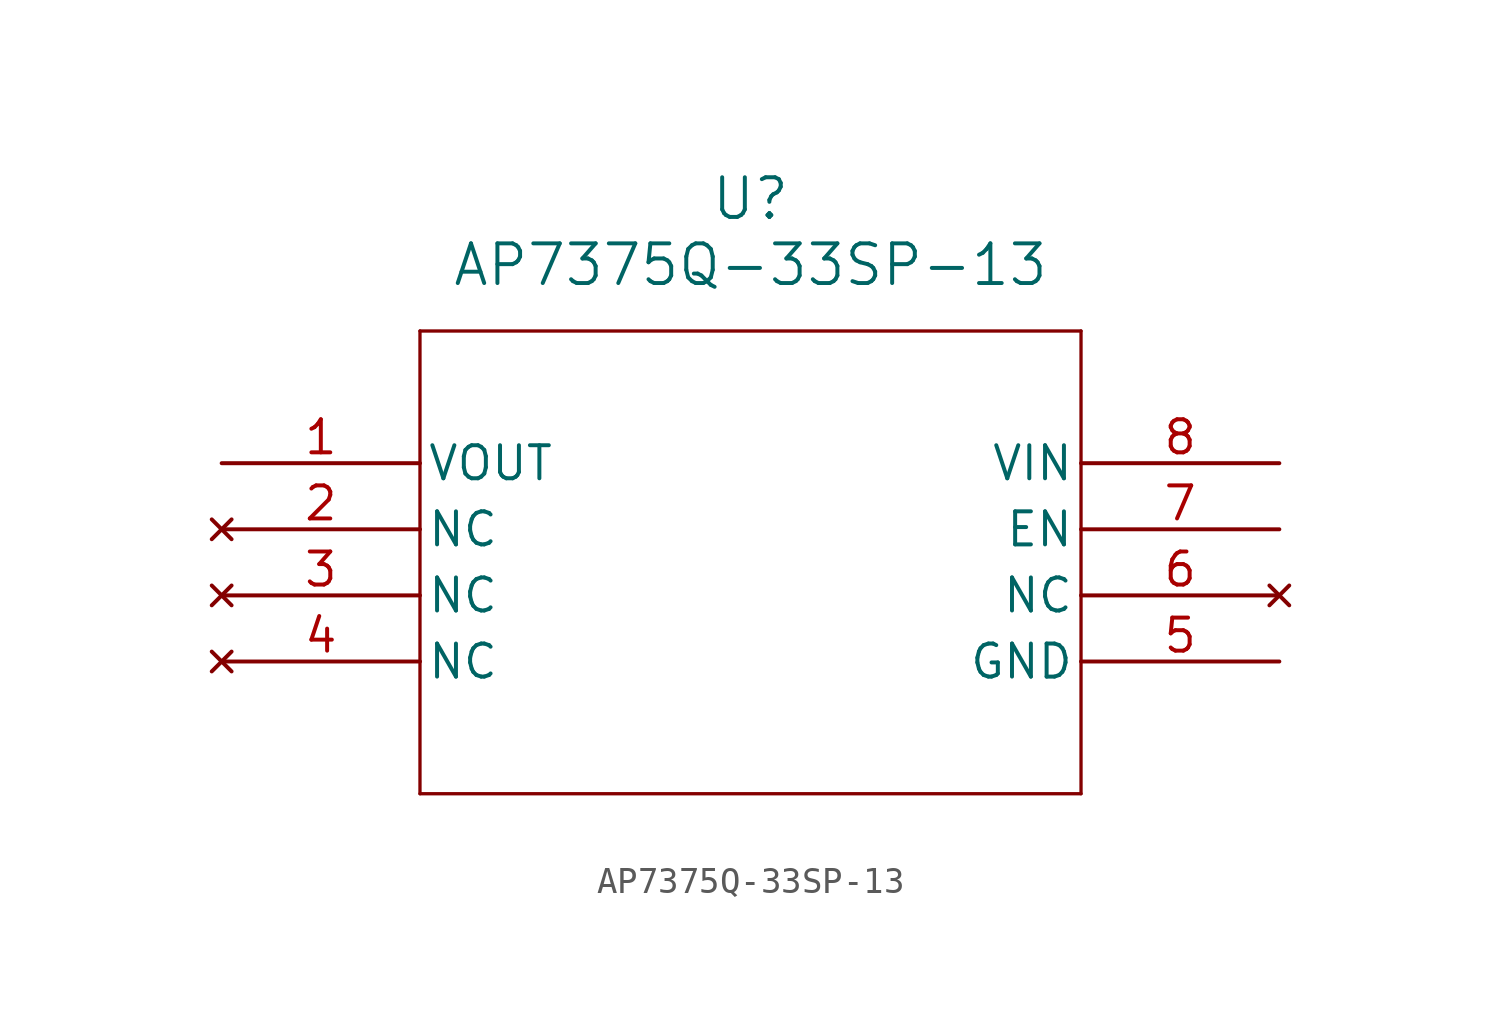
<source format=kicad_sym>
(kicad_symbol_lib
  (version 20211014)
  (generator kicad_symbol_editor)
  (symbol "AP7375Q-33SP-13"
    (pin_names
      (offset 0.254))
    (property "Reference" "U"
      (at 20.32 10.16 0)
      (effects (font (size 1.524 1.524))))
    (property "Value" "AP7375Q-33SP-13"
      (at 20.32 7.62 0)
      (effects (font (size 1.524 1.524))))
    (symbol "AP7375Q-33SP-13_0_1"
      (polyline (pts (xy 7.62 5.08) (xy 7.62 -12.7)) (stroke (width 0.127) (type default) (color 0 0 0 0)) (fill (type none)))
      (polyline (pts (xy 7.62 -12.7) (xy 33.02 -12.7)) (stroke (width 0.127) (type default) (color 0 0 0 0)) (fill (type none)))
      (polyline (pts (xy 33.02 -12.7) (xy 33.02 5.08)) (stroke (width 0.127) (type default) (color 0 0 0 0)) (fill (type none)))
      (polyline (pts (xy 33.02 5.08) (xy 7.62 5.08)) (stroke (width 0.127) (type default) (color 0 0 0 0)) (fill (type none)))
      (pin output line (at 0 0 0) (length 7.62) (name "VOUT" (effects (font (size 1.27 1.27)))) (number "1" (effects (font (size 1.27 1.27)))))
      (pin no_connect line (at 0 -2.54 0) (length 7.62) (name "NC" (effects (font (size 1.27 1.27)))) (number "2" (effects (font (size 1.27 1.27)))))
      (pin no_connect line (at 0 -5.08 0) (length 7.62) (name "NC" (effects (font (size 1.27 1.27)))) (number "3" (effects (font (size 1.27 1.27)))))
      (pin no_connect line (at 0 -7.62 0) (length 7.62) (name "NC" (effects (font (size 1.27 1.27)))) (number "4" (effects (font (size 1.27 1.27)))))
      (pin power_out line (at 40.64 -7.62 180) (length 7.62) (name "GND" (effects (font (size 1.27 1.27)))) (number "5" (effects (font (size 1.27 1.27)))))
      (pin no_connect line (at 40.64 -5.08 180) (length 7.62) (name "NC" (effects (font (size 1.27 1.27)))) (number "6" (effects (font (size 1.27 1.27)))))
      (pin unspecified line (at 40.64 -2.54 180) (length 7.62) (name "EN" (effects (font (size 1.27 1.27)))) (number "7" (effects (font (size 1.27 1.27)))))
      (pin input line (at 40.64 0 180) (length 7.62) (name "VIN" (effects (font (size 1.27 1.27)))) (number "8" (effects (font (size 1.27 1.27))))))))
</source>
